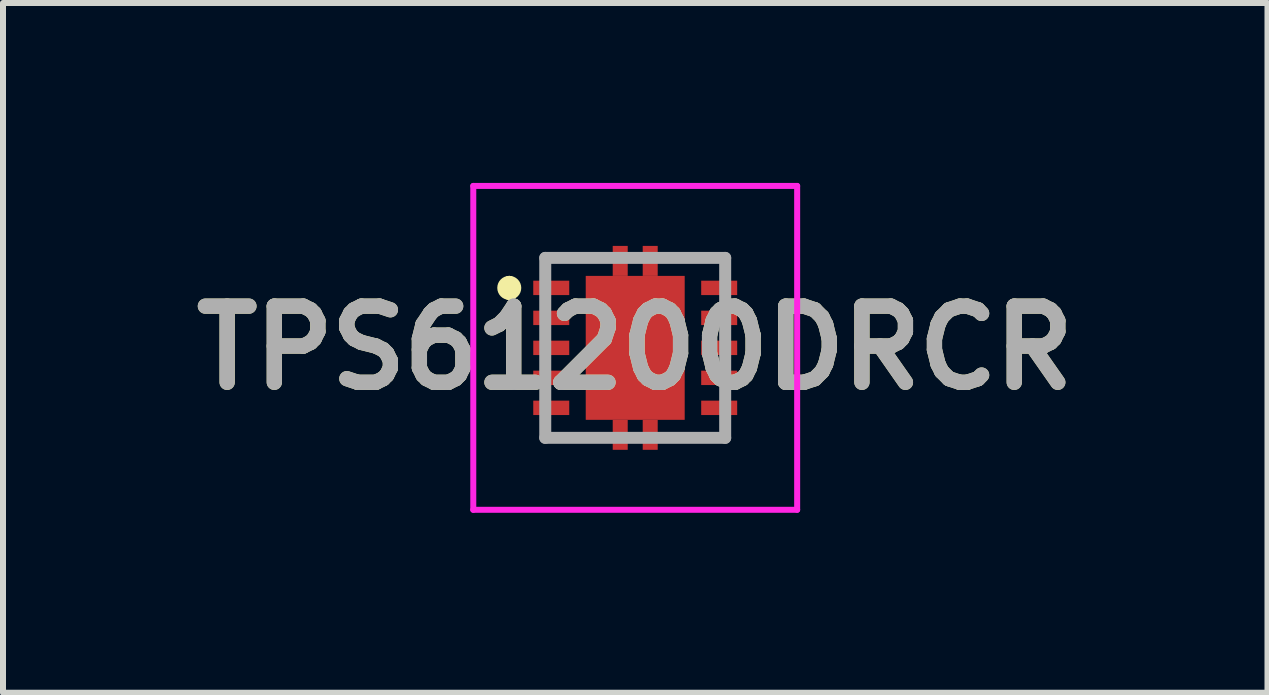
<source format=kicad_pcb>
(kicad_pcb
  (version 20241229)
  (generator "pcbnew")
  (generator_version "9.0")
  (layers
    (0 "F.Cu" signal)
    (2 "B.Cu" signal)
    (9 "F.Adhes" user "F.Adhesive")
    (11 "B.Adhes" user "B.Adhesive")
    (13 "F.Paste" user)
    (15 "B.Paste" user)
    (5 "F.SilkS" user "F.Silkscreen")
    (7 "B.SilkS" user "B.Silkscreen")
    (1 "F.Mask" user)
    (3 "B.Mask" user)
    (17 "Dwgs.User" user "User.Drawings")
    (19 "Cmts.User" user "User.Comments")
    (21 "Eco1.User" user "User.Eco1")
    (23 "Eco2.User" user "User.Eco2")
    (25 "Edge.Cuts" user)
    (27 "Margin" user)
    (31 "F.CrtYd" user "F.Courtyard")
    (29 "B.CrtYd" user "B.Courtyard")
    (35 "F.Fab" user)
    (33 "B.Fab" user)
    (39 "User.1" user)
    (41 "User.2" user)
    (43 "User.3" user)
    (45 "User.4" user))
  (footprint "TPS61200DRCR"
    (layer "F.Cu")
    (at 7.541 2.75)
    (property "Reference" "TPS61200DRCR" (at 0 0 0) (layer "F.SilkS") (effects (font (size 1.27 1.27) (thickness 0.254))))
    (attr smd)
    (fp_line (start -2.1 -1.1) (end -2.1 -1.1) (stroke (width 0.2) (type solid)) (layer "F.SilkS"))
    (fp_line (start -2.1 -0.9) (end -2.1 -0.9) (stroke (width 0.2) (type solid)) (layer "F.SilkS"))
    (fp_line (start -1.5 -1.5) (end -0.6 -1.5) (stroke (width 0.1) (type solid)) (layer "F.SilkS"))
    (fp_line (start -1.5 -1.3) (end -1.5 -1.5) (stroke (width 0.1) (type solid)) (layer "F.SilkS"))
    (fp_line (start -1.5 1.3) (end -1.5 1.5) (stroke (width 0.1) (type solid)) (layer "F.SilkS"))
    (fp_line (start -1.5 1.5) (end -0.6 1.5) (stroke (width 0.1) (type solid)) (layer "F.SilkS"))
    (fp_line (start 0.6 -1.5) (end 1.5 -1.5) (stroke (width 0.1) (type solid)) (layer "F.SilkS"))
    (fp_line (start 0.6 1.5) (end 1.5 1.5) (stroke (width 0.1) (type solid)) (layer "F.SilkS"))
    (fp_line (start 1.5 -1.5) (end 1.5 -1.3) (stroke (width 0.1) (type solid)) (layer "F.SilkS"))
    (fp_line (start 1.5 1.5) (end 1.5 1.3) (stroke (width 0.1) (type solid)) (layer "F.SilkS"))
    (fp_arc (start -2.1 -1.1) (mid -2 -1) (end -2.1 -0.9) (stroke (width 0.2) (type solid)) (layer "F.SilkS"))
    (fp_arc (start -2.1 -0.9) (mid -2.2 -1) (end -2.1 -1.1) (stroke (width 0.2) (type solid)) (layer "F.SilkS"))
    (fp_line (start -2.7 -2.7) (end 2.7 -2.7) (stroke (width 0.1) (type solid)) (layer "F.CrtYd"))
    (fp_line (start -2.7 2.7) (end -2.7 -2.7) (stroke (width 0.1) (type solid)) (layer "F.CrtYd"))
    (fp_line (start 2.7 -2.7) (end 2.7 2.7) (stroke (width 0.1) (type solid)) (layer "F.CrtYd"))
    (fp_line (start 2.7 2.7) (end -2.7 2.7) (stroke (width 0.1) (type solid)) (layer "F.CrtYd"))
    (fp_line (start -1.5 -1.5) (end 1.5 -1.5) (stroke (width 0.2) (type solid)) (layer "F.Fab"))
    (fp_line (start -1.5 1.5) (end -1.5 -1.5) (stroke (width 0.2) (type solid)) (layer "F.Fab"))
    (fp_line (start 1.5 -1.5) (end 1.5 1.5) (stroke (width 0.2) (type solid)) (layer "F.Fab"))
    (fp_line (start 1.5 1.5) (end -1.5 1.5) (stroke (width 0.2) (type solid)) (layer "F.Fab"))
    (fp_text user "${REFERENCE}" (at 0 0 0) (layer "F.Fab") (effects (font (size 1.27 1.27) (thickness 0.254))))
    (pad "1" smd rect (at -1.4 -1 90) (size 0.24 0.6) (layers "F.Cu" "F.Mask" "F.Paste"))
    (pad "2" smd rect (at -1.4 -0.5 90) (size 0.24 0.6) (layers "F.Cu" "F.Mask" "F.Paste"))
    (pad "3" smd rect (at -1.4 0 90) (size 0.24 0.6) (layers "F.Cu" "F.Mask" "F.Paste"))
    (pad "4" smd rect (at -1.4 0.5 90) (size 0.24 0.6) (layers "F.Cu" "F.Mask" "F.Paste"))
    (pad "5" smd rect (at -1.4 1 90) (size 0.24 0.6) (layers "F.Cu" "F.Mask" "F.Paste"))
    (pad "6" smd rect (at 1.4 1 90) (size 0.24 0.6) (layers "F.Cu" "F.Mask" "F.Paste"))
    (pad "7" smd rect (at 1.4 0.5 90) (size 0.24 0.6) (layers "F.Cu" "F.Mask" "F.Paste"))
    (pad "8" smd rect (at 1.4 0 90) (size 0.24 0.6) (layers "F.Cu" "F.Mask" "F.Paste"))
    (pad "9" smd rect (at 1.4 -0.5 90) (size 0.24 0.6) (layers "F.Cu" "F.Mask" "F.Paste"))
    (pad "10" smd rect (at 1.4 -1 90) (size 0.24 0.6) (layers "F.Cu" "F.Mask" "F.Paste"))
    (pad "11" smd rect (at 0 0) (size 1.65 2.4) (layers "F.Cu" "F.Mask" "F.Paste"))
    (pad "12" smd rect (at -0.25 -1.45) (size 0.25 0.5) (layers "F.Cu" "F.Mask" "F.Paste"))
    (pad "13" smd rect (at 0.25 -1.45) (size 0.25 0.5) (layers "F.Cu" "F.Mask" "F.Paste"))
    (pad "14" smd rect (at -0.25 1.45) (size 0.25 0.5) (layers "F.Cu" "F.Mask" "F.Paste"))
    (pad "15" smd rect (at 0.25 1.45) (size 0.25 0.5) (layers "F.Cu" "F.Mask" "F.Paste")))
  (gr_rect
    (start -3 -3)
    (end 18.083 8.5)
    (stroke (width 0.1) (type default))
    (fill no)
    (layer "Edge.Cuts")))
</source>
